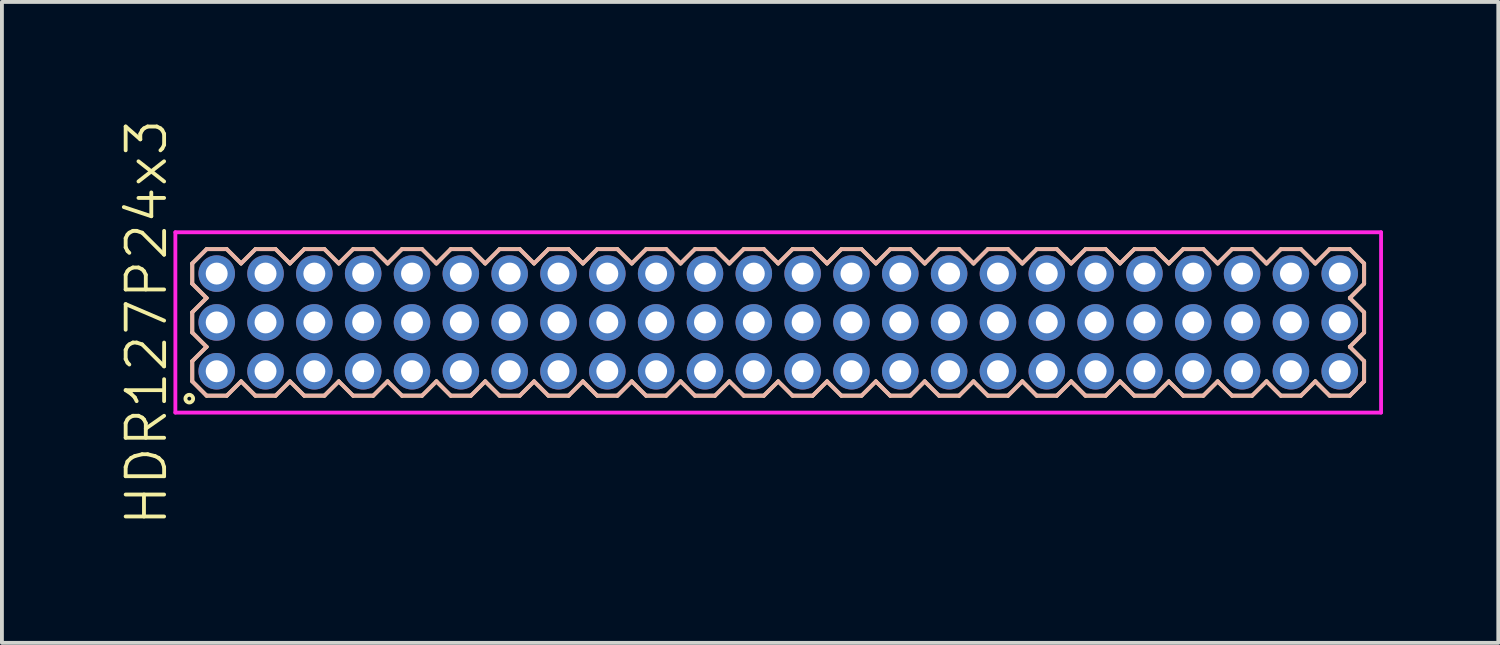
<source format=kicad_pcb>
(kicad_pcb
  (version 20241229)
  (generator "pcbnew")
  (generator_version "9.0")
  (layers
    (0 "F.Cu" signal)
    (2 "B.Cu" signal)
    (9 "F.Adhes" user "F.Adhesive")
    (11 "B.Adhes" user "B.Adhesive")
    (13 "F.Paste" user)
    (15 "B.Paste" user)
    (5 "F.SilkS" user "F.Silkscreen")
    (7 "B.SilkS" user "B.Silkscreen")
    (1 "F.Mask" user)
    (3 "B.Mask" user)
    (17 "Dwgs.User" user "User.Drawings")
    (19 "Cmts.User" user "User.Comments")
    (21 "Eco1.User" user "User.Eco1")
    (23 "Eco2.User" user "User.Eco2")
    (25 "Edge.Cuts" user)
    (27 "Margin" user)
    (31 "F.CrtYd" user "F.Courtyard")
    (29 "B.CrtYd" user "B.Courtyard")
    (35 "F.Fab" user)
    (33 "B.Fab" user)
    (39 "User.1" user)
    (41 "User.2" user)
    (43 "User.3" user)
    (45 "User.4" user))
  (footprint "HDR127P24x3"
    (layer "F.Cu")
    (at 17.191 5.336)
    (property "Reference" "HDR127P24x3" (at -16.43 0 90) (layer "F.SilkS") (effects (font (size 1 1) (thickness 0.1))))
    (attr through_hole)
    (fp_line (start -15.24 -1.533) (end -14.868 -1.905) (stroke (width 0.1) (type solid)) (layer "F.SilkS"))
    (fp_line (start -15.24 -1.007) (end -15.24 -1.533) (stroke (width 0.1) (type solid)) (layer "F.SilkS"))
    (fp_line (start -15.24 -0.263) (end -14.868 -0.635) (stroke (width 0.1) (type solid)) (layer "F.SilkS"))
    (fp_line (start -15.24 0.263) (end -15.24 -0.263) (stroke (width 0.1) (type solid)) (layer "F.SilkS"))
    (fp_line (start -15.24 1.007) (end -14.868 0.635) (stroke (width 0.1) (type solid)) (layer "F.SilkS"))
    (fp_line (start -15.24 1.533) (end -15.24 1.007) (stroke (width 0.1) (type solid)) (layer "F.SilkS"))
    (fp_line (start -14.868 -1.905) (end -14.342 -1.905) (stroke (width 0.1) (type solid)) (layer "F.SilkS"))
    (fp_line (start -14.868 -0.635) (end -15.24 -1.007) (stroke (width 0.1) (type solid)) (layer "F.SilkS"))
    (fp_line (start -14.868 0.635) (end -15.24 0.263) (stroke (width 0.1) (type solid)) (layer "F.SilkS"))
    (fp_line (start -14.868 1.905) (end -15.24 1.533) (stroke (width 0.1) (type solid)) (layer "F.SilkS"))
    (fp_line (start -14.342 -1.905) (end -13.97 -1.533) (stroke (width 0.1) (type solid)) (layer "F.SilkS"))
    (fp_line (start -14.342 1.905) (end -14.868 1.905) (stroke (width 0.1) (type solid)) (layer "F.SilkS"))
    (fp_line (start -13.97 -1.533) (end -13.598 -1.905) (stroke (width 0.1) (type solid)) (layer "F.SilkS"))
    (fp_line (start -13.97 1.533) (end -14.342 1.905) (stroke (width 0.1) (type solid)) (layer "F.SilkS"))
    (fp_line (start -13.598 -1.905) (end -13.072 -1.905) (stroke (width 0.1) (type solid)) (layer "F.SilkS"))
    (fp_line (start -13.598 1.905) (end -13.97 1.533) (stroke (width 0.1) (type solid)) (layer "F.SilkS"))
    (fp_line (start -13.072 -1.905) (end -12.7 -1.533) (stroke (width 0.1) (type solid)) (layer "F.SilkS"))
    (fp_line (start -13.072 1.905) (end -13.598 1.905) (stroke (width 0.1) (type solid)) (layer "F.SilkS"))
    (fp_line (start -12.7 -1.533) (end -12.328 -1.905) (stroke (width 0.1) (type solid)) (layer "F.SilkS"))
    (fp_line (start -12.7 1.533) (end -13.072 1.905) (stroke (width 0.1) (type solid)) (layer "F.SilkS"))
    (fp_line (start -12.328 -1.905) (end -11.802 -1.905) (stroke (width 0.1) (type solid)) (layer "F.SilkS"))
    (fp_line (start -12.328 1.905) (end -12.7 1.533) (stroke (width 0.1) (type solid)) (layer "F.SilkS"))
    (fp_line (start -11.802 -1.905) (end -11.43 -1.533) (stroke (width 0.1) (type solid)) (layer "F.SilkS"))
    (fp_line (start -11.802 1.905) (end -12.328 1.905) (stroke (width 0.1) (type solid)) (layer "F.SilkS"))
    (fp_line (start -11.43 -1.533) (end -11.058 -1.905) (stroke (width 0.1) (type solid)) (layer "F.SilkS"))
    (fp_line (start -11.43 1.533) (end -11.802 1.905) (stroke (width 0.1) (type solid)) (layer "F.SilkS"))
    (fp_line (start -11.058 -1.905) (end -10.532 -1.905) (stroke (width 0.1) (type solid)) (layer "F.SilkS"))
    (fp_line (start -11.058 1.905) (end -11.43 1.533) (stroke (width 0.1) (type solid)) (layer "F.SilkS"))
    (fp_line (start -10.532 -1.905) (end -10.16 -1.533) (stroke (width 0.1) (type solid)) (layer "F.SilkS"))
    (fp_line (start -10.532 1.905) (end -11.058 1.905) (stroke (width 0.1) (type solid)) (layer "F.SilkS"))
    (fp_line (start -10.16 -1.533) (end -9.788 -1.905) (stroke (width 0.1) (type solid)) (layer "F.SilkS"))
    (fp_line (start -10.16 1.533) (end -10.532 1.905) (stroke (width 0.1) (type solid)) (layer "F.SilkS"))
    (fp_line (start -9.788 -1.905) (end -9.262 -1.905) (stroke (width 0.1) (type solid)) (layer "F.SilkS"))
    (fp_line (start -9.788 1.905) (end -10.16 1.533) (stroke (width 0.1) (type solid)) (layer "F.SilkS"))
    (fp_line (start -9.262 -1.905) (end -8.89 -1.533) (stroke (width 0.1) (type solid)) (layer "F.SilkS"))
    (fp_line (start -9.262 1.905) (end -9.788 1.905) (stroke (width 0.1) (type solid)) (layer "F.SilkS"))
    (fp_line (start -8.89 -1.533) (end -8.518 -1.905) (stroke (width 0.1) (type solid)) (layer "F.SilkS"))
    (fp_line (start -8.89 1.533) (end -9.262 1.905) (stroke (width 0.1) (type solid)) (layer "F.SilkS"))
    (fp_line (start -8.518 -1.905) (end -7.992 -1.905) (stroke (width 0.1) (type solid)) (layer "F.SilkS"))
    (fp_line (start -8.518 1.905) (end -8.89 1.533) (stroke (width 0.1) (type solid)) (layer "F.SilkS"))
    (fp_line (start -7.992 -1.905) (end -7.62 -1.533) (stroke (width 0.1) (type solid)) (layer "F.SilkS"))
    (fp_line (start -7.992 1.905) (end -8.518 1.905) (stroke (width 0.1) (type solid)) (layer "F.SilkS"))
    (fp_line (start -7.62 -1.533) (end -7.248 -1.905) (stroke (width 0.1) (type solid)) (layer "F.SilkS"))
    (fp_line (start -7.62 1.533) (end -7.992 1.905) (stroke (width 0.1) (type solid)) (layer "F.SilkS"))
    (fp_line (start -7.248 -1.905) (end -6.722 -1.905) (stroke (width 0.1) (type solid)) (layer "F.SilkS"))
    (fp_line (start -7.248 1.905) (end -7.62 1.533) (stroke (width 0.1) (type solid)) (layer "F.SilkS"))
    (fp_line (start -6.722 -1.905) (end -6.35 -1.533) (stroke (width 0.1) (type solid)) (layer "F.SilkS"))
    (fp_line (start -6.722 1.905) (end -7.248 1.905) (stroke (width 0.1) (type solid)) (layer "F.SilkS"))
    (fp_line (start -6.35 -1.533) (end -5.978 -1.905) (stroke (width 0.1) (type solid)) (layer "F.SilkS"))
    (fp_line (start -6.35 1.533) (end -6.722 1.905) (stroke (width 0.1) (type solid)) (layer "F.SilkS"))
    (fp_line (start -5.978 -1.905) (end -5.452 -1.905) (stroke (width 0.1) (type solid)) (layer "F.SilkS"))
    (fp_line (start -5.978 1.905) (end -6.35 1.533) (stroke (width 0.1) (type solid)) (layer "F.SilkS"))
    (fp_line (start -5.452 -1.905) (end -5.08 -1.533) (stroke (width 0.1) (type solid)) (layer "F.SilkS"))
    (fp_line (start -5.452 1.905) (end -5.978 1.905) (stroke (width 0.1) (type solid)) (layer "F.SilkS"))
    (fp_line (start -5.08 -1.533) (end -4.708 -1.905) (stroke (width 0.1) (type solid)) (layer "F.SilkS"))
    (fp_line (start -5.08 1.533) (end -5.452 1.905) (stroke (width 0.1) (type solid)) (layer "F.SilkS"))
    (fp_line (start -4.708 -1.905) (end -4.182 -1.905) (stroke (width 0.1) (type solid)) (layer "F.SilkS"))
    (fp_line (start -4.708 1.905) (end -5.08 1.533) (stroke (width 0.1) (type solid)) (layer "F.SilkS"))
    (fp_line (start -4.182 -1.905) (end -3.81 -1.533) (stroke (width 0.1) (type solid)) (layer "F.SilkS"))
    (fp_line (start -4.182 1.905) (end -4.708 1.905) (stroke (width 0.1) (type solid)) (layer "F.SilkS"))
    (fp_line (start -3.81 -1.533) (end -3.438 -1.905) (stroke (width 0.1) (type solid)) (layer "F.SilkS"))
    (fp_line (start -3.81 1.533) (end -4.182 1.905) (stroke (width 0.1) (type solid)) (layer "F.SilkS"))
    (fp_line (start -3.438 -1.905) (end -2.912 -1.905) (stroke (width 0.1) (type solid)) (layer "F.SilkS"))
    (fp_line (start -3.438 1.905) (end -3.81 1.533) (stroke (width 0.1) (type solid)) (layer "F.SilkS"))
    (fp_line (start -2.912 -1.905) (end -2.54 -1.533) (stroke (width 0.1) (type solid)) (layer "F.SilkS"))
    (fp_line (start -2.912 1.905) (end -3.438 1.905) (stroke (width 0.1) (type solid)) (layer "F.SilkS"))
    (fp_line (start -2.54 -1.533) (end -2.168 -1.905) (stroke (width 0.1) (type solid)) (layer "F.SilkS"))
    (fp_line (start -2.54 1.533) (end -2.912 1.905) (stroke (width 0.1) (type solid)) (layer "F.SilkS"))
    (fp_line (start -2.168 -1.905) (end -1.642 -1.905) (stroke (width 0.1) (type solid)) (layer "F.SilkS"))
    (fp_line (start -2.168 1.905) (end -2.54 1.533) (stroke (width 0.1) (type solid)) (layer "F.SilkS"))
    (fp_line (start -1.642 -1.905) (end -1.27 -1.533) (stroke (width 0.1) (type solid)) (layer "F.SilkS"))
    (fp_line (start -1.642 1.905) (end -2.168 1.905) (stroke (width 0.1) (type solid)) (layer "F.SilkS"))
    (fp_line (start -1.27 -1.533) (end -0.898 -1.905) (stroke (width 0.1) (type solid)) (layer "F.SilkS"))
    (fp_line (start -1.27 1.533) (end -1.642 1.905) (stroke (width 0.1) (type solid)) (layer "F.SilkS"))
    (fp_line (start -0.898 -1.905) (end -0.372 -1.905) (stroke (width 0.1) (type solid)) (layer "F.SilkS"))
    (fp_line (start -0.898 1.905) (end -1.27 1.533) (stroke (width 0.1) (type solid)) (layer "F.SilkS"))
    (fp_line (start -0.372 -1.905) (end 0 -1.533) (stroke (width 0.1) (type solid)) (layer "F.SilkS"))
    (fp_line (start -0.372 1.905) (end -0.898 1.905) (stroke (width 0.1) (type solid)) (layer "F.SilkS"))
    (fp_line (start 0 -1.533) (end 0.372 -1.905) (stroke (width 0.1) (type solid)) (layer "F.SilkS"))
    (fp_line (start 0 1.533) (end -0.372 1.905) (stroke (width 0.1) (type solid)) (layer "F.SilkS"))
    (fp_line (start 0.372 -1.905) (end 0.898 -1.905) (stroke (width 0.1) (type solid)) (layer "F.SilkS"))
    (fp_line (start 0.372 1.905) (end 0 1.533) (stroke (width 0.1) (type solid)) (layer "F.SilkS"))
    (fp_line (start 0.898 -1.905) (end 1.27 -1.533) (stroke (width 0.1) (type solid)) (layer "F.SilkS"))
    (fp_line (start 0.898 1.905) (end 0.372 1.905) (stroke (width 0.1) (type solid)) (layer "F.SilkS"))
    (fp_line (start 1.27 -1.533) (end 1.642 -1.905) (stroke (width 0.1) (type solid)) (layer "F.SilkS"))
    (fp_line (start 1.27 1.533) (end 0.898 1.905) (stroke (width 0.1) (type solid)) (layer "F.SilkS"))
    (fp_line (start 1.642 -1.905) (end 2.168 -1.905) (stroke (width 0.1) (type solid)) (layer "F.SilkS"))
    (fp_line (start 1.642 1.905) (end 1.27 1.533) (stroke (width 0.1) (type solid)) (layer "F.SilkS"))
    (fp_line (start 2.168 -1.905) (end 2.54 -1.533) (stroke (width 0.1) (type solid)) (layer "F.SilkS"))
    (fp_line (start 2.168 1.905) (end 1.642 1.905) (stroke (width 0.1) (type solid)) (layer "F.SilkS"))
    (fp_line (start 2.54 -1.533) (end 2.912 -1.905) (stroke (width 0.1) (type solid)) (layer "F.SilkS"))
    (fp_line (start 2.54 1.533) (end 2.168 1.905) (stroke (width 0.1) (type solid)) (layer "F.SilkS"))
    (fp_line (start 2.912 -1.905) (end 3.438 -1.905) (stroke (width 0.1) (type solid)) (layer "F.SilkS"))
    (fp_line (start 2.912 1.905) (end 2.54 1.533) (stroke (width 0.1) (type solid)) (layer "F.SilkS"))
    (fp_line (start 3.438 -1.905) (end 3.81 -1.533) (stroke (width 0.1) (type solid)) (layer "F.SilkS"))
    (fp_line (start 3.438 1.905) (end 2.912 1.905) (stroke (width 0.1) (type solid)) (layer "F.SilkS"))
    (fp_line (start 3.81 -1.533) (end 4.182 -1.905) (stroke (width 0.1) (type solid)) (layer "F.SilkS"))
    (fp_line (start 3.81 1.533) (end 3.438 1.905) (stroke (width 0.1) (type solid)) (layer "F.SilkS"))
    (fp_line (start 4.182 -1.905) (end 4.708 -1.905) (stroke (width 0.1) (type solid)) (layer "F.SilkS"))
    (fp_line (start 4.182 1.905) (end 3.81 1.533) (stroke (width 0.1) (type solid)) (layer "F.SilkS"))
    (fp_line (start 4.708 -1.905) (end 5.08 -1.533) (stroke (width 0.1) (type solid)) (layer "F.SilkS"))
    (fp_line (start 4.708 1.905) (end 4.182 1.905) (stroke (width 0.1) (type solid)) (layer "F.SilkS"))
    (fp_line (start 5.08 -1.533) (end 5.452 -1.905) (stroke (width 0.1) (type solid)) (layer "F.SilkS"))
    (fp_line (start 5.08 1.533) (end 4.708 1.905) (stroke (width 0.1) (type solid)) (layer "F.SilkS"))
    (fp_line (start 5.452 -1.905) (end 5.978 -1.905) (stroke (width 0.1) (type solid)) (layer "F.SilkS"))
    (fp_line (start 5.452 1.905) (end 5.08 1.533) (stroke (width 0.1) (type solid)) (layer "F.SilkS"))
    (fp_line (start 5.978 -1.905) (end 6.35 -1.533) (stroke (width 0.1) (type solid)) (layer "F.SilkS"))
    (fp_line (start 5.978 1.905) (end 5.452 1.905) (stroke (width 0.1) (type solid)) (layer "F.SilkS"))
    (fp_line (start 6.35 -1.533) (end 6.722 -1.905) (stroke (width 0.1) (type solid)) (layer "F.SilkS"))
    (fp_line (start 6.35 1.533) (end 5.978 1.905) (stroke (width 0.1) (type solid)) (layer "F.SilkS"))
    (fp_line (start 6.722 -1.905) (end 7.248 -1.905) (stroke (width 0.1) (type solid)) (layer "F.SilkS"))
    (fp_line (start 6.722 1.905) (end 6.35 1.533) (stroke (width 0.1) (type solid)) (layer "F.SilkS"))
    (fp_line (start 7.248 -1.905) (end 7.62 -1.533) (stroke (width 0.1) (type solid)) (layer "F.SilkS"))
    (fp_line (start 7.248 1.905) (end 6.722 1.905) (stroke (width 0.1) (type solid)) (layer "F.SilkS"))
    (fp_line (start 7.62 -1.533) (end 7.992 -1.905) (stroke (width 0.1) (type solid)) (layer "F.SilkS"))
    (fp_line (start 7.62 1.533) (end 7.248 1.905) (stroke (width 0.1) (type solid)) (layer "F.SilkS"))
    (fp_line (start 7.992 -1.905) (end 8.518 -1.905) (stroke (width 0.1) (type solid)) (layer "F.SilkS"))
    (fp_line (start 7.992 1.905) (end 7.62 1.533) (stroke (width 0.1) (type solid)) (layer "F.SilkS"))
    (fp_line (start 8.518 -1.905) (end 8.89 -1.533) (stroke (width 0.1) (type solid)) (layer "F.SilkS"))
    (fp_line (start 8.518 1.905) (end 7.992 1.905) (stroke (width 0.1) (type solid)) (layer "F.SilkS"))
    (fp_line (start 8.89 -1.533) (end 9.262 -1.905) (stroke (width 0.1) (type solid)) (layer "F.SilkS"))
    (fp_line (start 8.89 1.533) (end 8.518 1.905) (stroke (width 0.1) (type solid)) (layer "F.SilkS"))
    (fp_line (start 9.262 -1.905) (end 9.788 -1.905) (stroke (width 0.1) (type solid)) (layer "F.SilkS"))
    (fp_line (start 9.262 1.905) (end 8.89 1.533) (stroke (width 0.1) (type solid)) (layer "F.SilkS"))
    (fp_line (start 9.788 -1.905) (end 10.16 -1.533) (stroke (width 0.1) (type solid)) (layer "F.SilkS"))
    (fp_line (start 9.788 1.905) (end 9.262 1.905) (stroke (width 0.1) (type solid)) (layer "F.SilkS"))
    (fp_line (start 10.16 -1.533) (end 10.532 -1.905) (stroke (width 0.1) (type solid)) (layer "F.SilkS"))
    (fp_line (start 10.16 1.533) (end 9.788 1.905) (stroke (width 0.1) (type solid)) (layer "F.SilkS"))
    (fp_line (start 10.532 -1.905) (end 11.058 -1.905) (stroke (width 0.1) (type solid)) (layer "F.SilkS"))
    (fp_line (start 10.532 1.905) (end 10.16 1.533) (stroke (width 0.1) (type solid)) (layer "F.SilkS"))
    (fp_line (start 11.058 -1.905) (end 11.43 -1.533) (stroke (width 0.1) (type solid)) (layer "F.SilkS"))
    (fp_line (start 11.058 1.905) (end 10.532 1.905) (stroke (width 0.1) (type solid)) (layer "F.SilkS"))
    (fp_line (start 11.43 -1.533) (end 11.802 -1.905) (stroke (width 0.1) (type solid)) (layer "F.SilkS"))
    (fp_line (start 11.43 1.533) (end 11.058 1.905) (stroke (width 0.1) (type solid)) (layer "F.SilkS"))
    (fp_line (start 11.802 -1.905) (end 12.328 -1.905) (stroke (width 0.1) (type solid)) (layer "F.SilkS"))
    (fp_line (start 11.802 1.905) (end 11.43 1.533) (stroke (width 0.1) (type solid)) (layer "F.SilkS"))
    (fp_line (start 12.328 -1.905) (end 12.7 -1.533) (stroke (width 0.1) (type solid)) (layer "F.SilkS"))
    (fp_line (start 12.328 1.905) (end 11.802 1.905) (stroke (width 0.1) (type solid)) (layer "F.SilkS"))
    (fp_line (start 12.7 -1.533) (end 13.072 -1.905) (stroke (width 0.1) (type solid)) (layer "F.SilkS"))
    (fp_line (start 12.7 1.533) (end 12.328 1.905) (stroke (width 0.1) (type solid)) (layer "F.SilkS"))
    (fp_line (start 13.072 -1.905) (end 13.598 -1.905) (stroke (width 0.1) (type solid)) (layer "F.SilkS"))
    (fp_line (start 13.072 1.905) (end 12.7 1.533) (stroke (width 0.1) (type solid)) (layer "F.SilkS"))
    (fp_line (start 13.598 -1.905) (end 13.97 -1.533) (stroke (width 0.1) (type solid)) (layer "F.SilkS"))
    (fp_line (start 13.598 1.905) (end 13.072 1.905) (stroke (width 0.1) (type solid)) (layer "F.SilkS"))
    (fp_line (start 13.97 -1.533) (end 14.342 -1.905) (stroke (width 0.1) (type solid)) (layer "F.SilkS"))
    (fp_line (start 13.97 1.533) (end 13.598 1.905) (stroke (width 0.1) (type solid)) (layer "F.SilkS"))
    (fp_line (start 14.342 -1.905) (end 14.868 -1.905) (stroke (width 0.1) (type solid)) (layer "F.SilkS"))
    (fp_line (start 14.342 1.905) (end 13.97 1.533) (stroke (width 0.1) (type solid)) (layer "F.SilkS"))
    (fp_line (start 14.868 -1.905) (end 15.24 -1.533) (stroke (width 0.1) (type solid)) (layer "F.SilkS"))
    (fp_line (start 14.868 -0.635) (end 15.24 -0.263) (stroke (width 0.1) (type solid)) (layer "F.SilkS"))
    (fp_line (start 14.868 0.635) (end 15.24 1.007) (stroke (width 0.1) (type solid)) (layer "F.SilkS"))
    (fp_line (start 14.868 1.905) (end 14.342 1.905) (stroke (width 0.1) (type solid)) (layer "F.SilkS"))
    (fp_line (start 15.24 -1.533) (end 15.24 -1.007) (stroke (width 0.1) (type solid)) (layer "F.SilkS"))
    (fp_line (start 15.24 -1.007) (end 14.868 -0.635) (stroke (width 0.1) (type solid)) (layer "F.SilkS"))
    (fp_line (start 15.24 -0.263) (end 15.24 0.263) (stroke (width 0.1) (type solid)) (layer "F.SilkS"))
    (fp_line (start 15.24 0.263) (end 14.868 0.635) (stroke (width 0.1) (type solid)) (layer "F.SilkS"))
    (fp_line (start 15.24 1.007) (end 15.24 1.533) (stroke (width 0.1) (type solid)) (layer "F.SilkS"))
    (fp_line (start 15.24 1.533) (end 14.868 1.905) (stroke (width 0.1) (type solid)) (layer "F.SilkS"))
    (fp_circle (center -15.318 1.983) (end -15.218 1.983) (stroke (width 0.1) (type solid)) (fill no) (layer "F.SilkS"))
    (fp_line (start -15.24 -1.533) (end -14.868 -1.905) (stroke (width 0.1) (type solid)) (layer "B.SilkS"))
    (fp_line (start -15.24 -1.007) (end -15.24 -1.533) (stroke (width 0.1) (type solid)) (layer "B.SilkS"))
    (fp_line (start -15.24 -0.263) (end -14.868 -0.635) (stroke (width 0.1) (type solid)) (layer "B.SilkS"))
    (fp_line (start -15.24 0.263) (end -15.24 -0.263) (stroke (width 0.1) (type solid)) (layer "B.SilkS"))
    (fp_line (start -15.24 1.007) (end -14.868 0.635) (stroke (width 0.1) (type solid)) (layer "B.SilkS"))
    (fp_line (start -15.24 1.533) (end -15.24 1.007) (stroke (width 0.1) (type solid)) (layer "B.SilkS"))
    (fp_line (start -14.868 -1.905) (end -14.342 -1.905) (stroke (width 0.1) (type solid)) (layer "B.SilkS"))
    (fp_line (start -14.868 -0.635) (end -15.24 -1.007) (stroke (width 0.1) (type solid)) (layer "B.SilkS"))
    (fp_line (start -14.868 0.635) (end -15.24 0.263) (stroke (width 0.1) (type solid)) (layer "B.SilkS"))
    (fp_line (start -14.868 1.905) (end -15.24 1.533) (stroke (width 0.1) (type solid)) (layer "B.SilkS"))
    (fp_line (start -14.342 -1.905) (end -13.97 -1.533) (stroke (width 0.1) (type solid)) (layer "B.SilkS"))
    (fp_line (start -14.342 1.905) (end -14.868 1.905) (stroke (width 0.1) (type solid)) (layer "B.SilkS"))
    (fp_line (start -13.97 -1.533) (end -13.598 -1.905) (stroke (width 0.1) (type solid)) (layer "B.SilkS"))
    (fp_line (start -13.97 1.533) (end -14.342 1.905) (stroke (width 0.1) (type solid)) (layer "B.SilkS"))
    (fp_line (start -13.598 -1.905) (end -13.072 -1.905) (stroke (width 0.1) (type solid)) (layer "B.SilkS"))
    (fp_line (start -13.598 1.905) (end -13.97 1.533) (stroke (width 0.1) (type solid)) (layer "B.SilkS"))
    (fp_line (start -13.072 -1.905) (end -12.7 -1.533) (stroke (width 0.1) (type solid)) (layer "B.SilkS"))
    (fp_line (start -13.072 1.905) (end -13.598 1.905) (stroke (width 0.1) (type solid)) (layer "B.SilkS"))
    (fp_line (start -12.7 -1.533) (end -12.328 -1.905) (stroke (width 0.1) (type solid)) (layer "B.SilkS"))
    (fp_line (start -12.7 1.533) (end -13.072 1.905) (stroke (width 0.1) (type solid)) (layer "B.SilkS"))
    (fp_line (start -12.328 -1.905) (end -11.802 -1.905) (stroke (width 0.1) (type solid)) (layer "B.SilkS"))
    (fp_line (start -12.328 1.905) (end -12.7 1.533) (stroke (width 0.1) (type solid)) (layer "B.SilkS"))
    (fp_line (start -11.802 -1.905) (end -11.43 -1.533) (stroke (width 0.1) (type solid)) (layer "B.SilkS"))
    (fp_line (start -11.802 1.905) (end -12.328 1.905) (stroke (width 0.1) (type solid)) (layer "B.SilkS"))
    (fp_line (start -11.43 -1.533) (end -11.058 -1.905) (stroke (width 0.1) (type solid)) (layer "B.SilkS"))
    (fp_line (start -11.43 1.533) (end -11.802 1.905) (stroke (width 0.1) (type solid)) (layer "B.SilkS"))
    (fp_line (start -11.058 -1.905) (end -10.532 -1.905) (stroke (width 0.1) (type solid)) (layer "B.SilkS"))
    (fp_line (start -11.058 1.905) (end -11.43 1.533) (stroke (width 0.1) (type solid)) (layer "B.SilkS"))
    (fp_line (start -10.532 -1.905) (end -10.16 -1.533) (stroke (width 0.1) (type solid)) (layer "B.SilkS"))
    (fp_line (start -10.532 1.905) (end -11.058 1.905) (stroke (width 0.1) (type solid)) (layer "B.SilkS"))
    (fp_line (start -10.16 -1.533) (end -9.788 -1.905) (stroke (width 0.1) (type solid)) (layer "B.SilkS"))
    (fp_line (start -10.16 1.533) (end -10.532 1.905) (stroke (width 0.1) (type solid)) (layer "B.SilkS"))
    (fp_line (start -9.788 -1.905) (end -9.262 -1.905) (stroke (width 0.1) (type solid)) (layer "B.SilkS"))
    (fp_line (start -9.788 1.905) (end -10.16 1.533) (stroke (width 0.1) (type solid)) (layer "B.SilkS"))
    (fp_line (start -9.262 -1.905) (end -8.89 -1.533) (stroke (width 0.1) (type solid)) (layer "B.SilkS"))
    (fp_line (start -9.262 1.905) (end -9.788 1.905) (stroke (width 0.1) (type solid)) (layer "B.SilkS"))
    (fp_line (start -8.89 -1.533) (end -8.518 -1.905) (stroke (width 0.1) (type solid)) (layer "B.SilkS"))
    (fp_line (start -8.89 1.533) (end -9.262 1.905) (stroke (width 0.1) (type solid)) (layer "B.SilkS"))
    (fp_line (start -8.518 -1.905) (end -7.992 -1.905) (stroke (width 0.1) (type solid)) (layer "B.SilkS"))
    (fp_line (start -8.518 1.905) (end -8.89 1.533) (stroke (width 0.1) (type solid)) (layer "B.SilkS"))
    (fp_line (start -7.992 -1.905) (end -7.62 -1.533) (stroke (width 0.1) (type solid)) (layer "B.SilkS"))
    (fp_line (start -7.992 1.905) (end -8.518 1.905) (stroke (width 0.1) (type solid)) (layer "B.SilkS"))
    (fp_line (start -7.62 -1.533) (end -7.248 -1.905) (stroke (width 0.1) (type solid)) (layer "B.SilkS"))
    (fp_line (start -7.62 1.533) (end -7.992 1.905) (stroke (width 0.1) (type solid)) (layer "B.SilkS"))
    (fp_line (start -7.248 -1.905) (end -6.722 -1.905) (stroke (width 0.1) (type solid)) (layer "B.SilkS"))
    (fp_line (start -7.248 1.905) (end -7.62 1.533) (stroke (width 0.1) (type solid)) (layer "B.SilkS"))
    (fp_line (start -6.722 -1.905) (end -6.35 -1.533) (stroke (width 0.1) (type solid)) (layer "B.SilkS"))
    (fp_line (start -6.722 1.905) (end -7.248 1.905) (stroke (width 0.1) (type solid)) (layer "B.SilkS"))
    (fp_line (start -6.35 -1.533) (end -5.978 -1.905) (stroke (width 0.1) (type solid)) (layer "B.SilkS"))
    (fp_line (start -6.35 1.533) (end -6.722 1.905) (stroke (width 0.1) (type solid)) (layer "B.SilkS"))
    (fp_line (start -5.978 -1.905) (end -5.452 -1.905) (stroke (width 0.1) (type solid)) (layer "B.SilkS"))
    (fp_line (start -5.978 1.905) (end -6.35 1.533) (stroke (width 0.1) (type solid)) (layer "B.SilkS"))
    (fp_line (start -5.452 -1.905) (end -5.08 -1.533) (stroke (width 0.1) (type solid)) (layer "B.SilkS"))
    (fp_line (start -5.452 1.905) (end -5.978 1.905) (stroke (width 0.1) (type solid)) (layer "B.SilkS"))
    (fp_line (start -5.08 -1.533) (end -4.708 -1.905) (stroke (width 0.1) (type solid)) (layer "B.SilkS"))
    (fp_line (start -5.08 1.533) (end -5.452 1.905) (stroke (width 0.1) (type solid)) (layer "B.SilkS"))
    (fp_line (start -4.708 -1.905) (end -4.182 -1.905) (stroke (width 0.1) (type solid)) (layer "B.SilkS"))
    (fp_line (start -4.708 1.905) (end -5.08 1.533) (stroke (width 0.1) (type solid)) (layer "B.SilkS"))
    (fp_line (start -4.182 -1.905) (end -3.81 -1.533) (stroke (width 0.1) (type solid)) (layer "B.SilkS"))
    (fp_line (start -4.182 1.905) (end -4.708 1.905) (stroke (width 0.1) (type solid)) (layer "B.SilkS"))
    (fp_line (start -3.81 -1.533) (end -3.438 -1.905) (stroke (width 0.1) (type solid)) (layer "B.SilkS"))
    (fp_line (start -3.81 1.533) (end -4.182 1.905) (stroke (width 0.1) (type solid)) (layer "B.SilkS"))
    (fp_line (start -3.438 -1.905) (end -2.912 -1.905) (stroke (width 0.1) (type solid)) (layer "B.SilkS"))
    (fp_line (start -3.438 1.905) (end -3.81 1.533) (stroke (width 0.1) (type solid)) (layer "B.SilkS"))
    (fp_line (start -2.912 -1.905) (end -2.54 -1.533) (stroke (width 0.1) (type solid)) (layer "B.SilkS"))
    (fp_line (start -2.912 1.905) (end -3.438 1.905) (stroke (width 0.1) (type solid)) (layer "B.SilkS"))
    (fp_line (start -2.54 -1.533) (end -2.168 -1.905) (stroke (width 0.1) (type solid)) (layer "B.SilkS"))
    (fp_line (start -2.54 1.533) (end -2.912 1.905) (stroke (width 0.1) (type solid)) (layer "B.SilkS"))
    (fp_line (start -2.168 -1.905) (end -1.642 -1.905) (stroke (width 0.1) (type solid)) (layer "B.SilkS"))
    (fp_line (start -2.168 1.905) (end -2.54 1.533) (stroke (width 0.1) (type solid)) (layer "B.SilkS"))
    (fp_line (start -1.642 -1.905) (end -1.27 -1.533) (stroke (width 0.1) (type solid)) (layer "B.SilkS"))
    (fp_line (start -1.642 1.905) (end -2.168 1.905) (stroke (width 0.1) (type solid)) (layer "B.SilkS"))
    (fp_line (start -1.27 -1.533) (end -0.898 -1.905) (stroke (width 0.1) (type solid)) (layer "B.SilkS"))
    (fp_line (start -1.27 1.533) (end -1.642 1.905) (stroke (width 0.1) (type solid)) (layer "B.SilkS"))
    (fp_line (start -0.898 -1.905) (end -0.372 -1.905) (stroke (width 0.1) (type solid)) (layer "B.SilkS"))
    (fp_line (start -0.898 1.905) (end -1.27 1.533) (stroke (width 0.1) (type solid)) (layer "B.SilkS"))
    (fp_line (start -0.372 -1.905) (end 0 -1.533) (stroke (width 0.1) (type solid)) (layer "B.SilkS"))
    (fp_line (start -0.372 1.905) (end -0.898 1.905) (stroke (width 0.1) (type solid)) (layer "B.SilkS"))
    (fp_line (start 0 -1.533) (end 0.372 -1.905) (stroke (width 0.1) (type solid)) (layer "B.SilkS"))
    (fp_line (start 0 1.533) (end -0.372 1.905) (stroke (width 0.1) (type solid)) (layer "B.SilkS"))
    (fp_line (start 0.372 -1.905) (end 0.898 -1.905) (stroke (width 0.1) (type solid)) (layer "B.SilkS"))
    (fp_line (start 0.372 1.905) (end 0 1.533) (stroke (width 0.1) (type solid)) (layer "B.SilkS"))
    (fp_line (start 0.898 -1.905) (end 1.27 -1.533) (stroke (width 0.1) (type solid)) (layer "B.SilkS"))
    (fp_line (start 0.898 1.905) (end 0.372 1.905) (stroke (width 0.1) (type solid)) (layer "B.SilkS"))
    (fp_line (start 1.27 -1.533) (end 1.642 -1.905) (stroke (width 0.1) (type solid)) (layer "B.SilkS"))
    (fp_line (start 1.27 1.533) (end 0.898 1.905) (stroke (width 0.1) (type solid)) (layer "B.SilkS"))
    (fp_line (start 1.642 -1.905) (end 2.168 -1.905) (stroke (width 0.1) (type solid)) (layer "B.SilkS"))
    (fp_line (start 1.642 1.905) (end 1.27 1.533) (stroke (width 0.1) (type solid)) (layer "B.SilkS"))
    (fp_line (start 2.168 -1.905) (end 2.54 -1.533) (stroke (width 0.1) (type solid)) (layer "B.SilkS"))
    (fp_line (start 2.168 1.905) (end 1.642 1.905) (stroke (width 0.1) (type solid)) (layer "B.SilkS"))
    (fp_line (start 2.54 -1.533) (end 2.912 -1.905) (stroke (width 0.1) (type solid)) (layer "B.SilkS"))
    (fp_line (start 2.54 1.533) (end 2.168 1.905) (stroke (width 0.1) (type solid)) (layer "B.SilkS"))
    (fp_line (start 2.912 -1.905) (end 3.438 -1.905) (stroke (width 0.1) (type solid)) (layer "B.SilkS"))
    (fp_line (start 2.912 1.905) (end 2.54 1.533) (stroke (width 0.1) (type solid)) (layer "B.SilkS"))
    (fp_line (start 3.438 -1.905) (end 3.81 -1.533) (stroke (width 0.1) (type solid)) (layer "B.SilkS"))
    (fp_line (start 3.438 1.905) (end 2.912 1.905) (stroke (width 0.1) (type solid)) (layer "B.SilkS"))
    (fp_line (start 3.81 -1.533) (end 4.182 -1.905) (stroke (width 0.1) (type solid)) (layer "B.SilkS"))
    (fp_line (start 3.81 1.533) (end 3.438 1.905) (stroke (width 0.1) (type solid)) (layer "B.SilkS"))
    (fp_line (start 4.182 -1.905) (end 4.708 -1.905) (stroke (width 0.1) (type solid)) (layer "B.SilkS"))
    (fp_line (start 4.182 1.905) (end 3.81 1.533) (stroke (width 0.1) (type solid)) (layer "B.SilkS"))
    (fp_line (start 4.708 -1.905) (end 5.08 -1.533) (stroke (width 0.1) (type solid)) (layer "B.SilkS"))
    (fp_line (start 4.708 1.905) (end 4.182 1.905) (stroke (width 0.1) (type solid)) (layer "B.SilkS"))
    (fp_line (start 5.08 -1.533) (end 5.452 -1.905) (stroke (width 0.1) (type solid)) (layer "B.SilkS"))
    (fp_line (start 5.08 1.533) (end 4.708 1.905) (stroke (width 0.1) (type solid)) (layer "B.SilkS"))
    (fp_line (start 5.452 -1.905) (end 5.978 -1.905) (stroke (width 0.1) (type solid)) (layer "B.SilkS"))
    (fp_line (start 5.452 1.905) (end 5.08 1.533) (stroke (width 0.1) (type solid)) (layer "B.SilkS"))
    (fp_line (start 5.978 -1.905) (end 6.35 -1.533) (stroke (width 0.1) (type solid)) (layer "B.SilkS"))
    (fp_line (start 5.978 1.905) (end 5.452 1.905) (stroke (width 0.1) (type solid)) (layer "B.SilkS"))
    (fp_line (start 6.35 -1.533) (end 6.722 -1.905) (stroke (width 0.1) (type solid)) (layer "B.SilkS"))
    (fp_line (start 6.35 1.533) (end 5.978 1.905) (stroke (width 0.1) (type solid)) (layer "B.SilkS"))
    (fp_line (start 6.722 -1.905) (end 7.248 -1.905) (stroke (width 0.1) (type solid)) (layer "B.SilkS"))
    (fp_line (start 6.722 1.905) (end 6.35 1.533) (stroke (width 0.1) (type solid)) (layer "B.SilkS"))
    (fp_line (start 7.248 -1.905) (end 7.62 -1.533) (stroke (width 0.1) (type solid)) (layer "B.SilkS"))
    (fp_line (start 7.248 1.905) (end 6.722 1.905) (stroke (width 0.1) (type solid)) (layer "B.SilkS"))
    (fp_line (start 7.62 -1.533) (end 7.992 -1.905) (stroke (width 0.1) (type solid)) (layer "B.SilkS"))
    (fp_line (start 7.62 1.533) (end 7.248 1.905) (stroke (width 0.1) (type solid)) (layer "B.SilkS"))
    (fp_line (start 7.992 -1.905) (end 8.518 -1.905) (stroke (width 0.1) (type solid)) (layer "B.SilkS"))
    (fp_line (start 7.992 1.905) (end 7.62 1.533) (stroke (width 0.1) (type solid)) (layer "B.SilkS"))
    (fp_line (start 8.518 -1.905) (end 8.89 -1.533) (stroke (width 0.1) (type solid)) (layer "B.SilkS"))
    (fp_line (start 8.518 1.905) (end 7.992 1.905) (stroke (width 0.1) (type solid)) (layer "B.SilkS"))
    (fp_line (start 8.89 -1.533) (end 9.262 -1.905) (stroke (width 0.1) (type solid)) (layer "B.SilkS"))
    (fp_line (start 8.89 1.533) (end 8.518 1.905) (stroke (width 0.1) (type solid)) (layer "B.SilkS"))
    (fp_line (start 9.262 -1.905) (end 9.788 -1.905) (stroke (width 0.1) (type solid)) (layer "B.SilkS"))
    (fp_line (start 9.262 1.905) (end 8.89 1.533) (stroke (width 0.1) (type solid)) (layer "B.SilkS"))
    (fp_line (start 9.788 -1.905) (end 10.16 -1.533) (stroke (width 0.1) (type solid)) (layer "B.SilkS"))
    (fp_line (start 9.788 1.905) (end 9.262 1.905) (stroke (width 0.1) (type solid)) (layer "B.SilkS"))
    (fp_line (start 10.16 -1.533) (end 10.532 -1.905) (stroke (width 0.1) (type solid)) (layer "B.SilkS"))
    (fp_line (start 10.16 1.533) (end 9.788 1.905) (stroke (width 0.1) (type solid)) (layer "B.SilkS"))
    (fp_line (start 10.532 -1.905) (end 11.058 -1.905) (stroke (width 0.1) (type solid)) (layer "B.SilkS"))
    (fp_line (start 10.532 1.905) (end 10.16 1.533) (stroke (width 0.1) (type solid)) (layer "B.SilkS"))
    (fp_line (start 11.058 -1.905) (end 11.43 -1.533) (stroke (width 0.1) (type solid)) (layer "B.SilkS"))
    (fp_line (start 11.058 1.905) (end 10.532 1.905) (stroke (width 0.1) (type solid)) (layer "B.SilkS"))
    (fp_line (start 11.43 -1.533) (end 11.802 -1.905) (stroke (width 0.1) (type solid)) (layer "B.SilkS"))
    (fp_line (start 11.43 1.533) (end 11.058 1.905) (stroke (width 0.1) (type solid)) (layer "B.SilkS"))
    (fp_line (start 11.802 -1.905) (end 12.328 -1.905) (stroke (width 0.1) (type solid)) (layer "B.SilkS"))
    (fp_line (start 11.802 1.905) (end 11.43 1.533) (stroke (width 0.1) (type solid)) (layer "B.SilkS"))
    (fp_line (start 12.328 -1.905) (end 12.7 -1.533) (stroke (width 0.1) (type solid)) (layer "B.SilkS"))
    (fp_line (start 12.328 1.905) (end 11.802 1.905) (stroke (width 0.1) (type solid)) (layer "B.SilkS"))
    (fp_line (start 12.7 -1.533) (end 13.072 -1.905) (stroke (width 0.1) (type solid)) (layer "B.SilkS"))
    (fp_line (start 12.7 1.533) (end 12.328 1.905) (stroke (width 0.1) (type solid)) (layer "B.SilkS"))
    (fp_line (start 13.072 -1.905) (end 13.598 -1.905) (stroke (width 0.1) (type solid)) (layer "B.SilkS"))
    (fp_line (start 13.072 1.905) (end 12.7 1.533) (stroke (width 0.1) (type solid)) (layer "B.SilkS"))
    (fp_line (start 13.598 -1.905) (end 13.97 -1.533) (stroke (width 0.1) (type solid)) (layer "B.SilkS"))
    (fp_line (start 13.598 1.905) (end 13.072 1.905) (stroke (width 0.1) (type solid)) (layer "B.SilkS"))
    (fp_line (start 13.97 -1.533) (end 14.342 -1.905) (stroke (width 0.1) (type solid)) (layer "B.SilkS"))
    (fp_line (start 13.97 1.533) (end 13.598 1.905) (stroke (width 0.1) (type solid)) (layer "B.SilkS"))
    (fp_line (start 14.342 -1.905) (end 14.868 -1.905) (stroke (width 0.1) (type solid)) (layer "B.SilkS"))
    (fp_line (start 14.342 1.905) (end 13.97 1.533) (stroke (width 0.1) (type solid)) (layer "B.SilkS"))
    (fp_line (start 14.868 -1.905) (end 15.24 -1.533) (stroke (width 0.1) (type solid)) (layer "B.SilkS"))
    (fp_line (start 14.868 -0.635) (end 15.24 -0.263) (stroke (width 0.1) (type solid)) (layer "B.SilkS"))
    (fp_line (start 14.868 0.635) (end 15.24 1.007) (stroke (width 0.1) (type solid)) (layer "B.SilkS"))
    (fp_line (start 14.868 1.905) (end 14.342 1.905) (stroke (width 0.1) (type solid)) (layer "B.SilkS"))
    (fp_line (start 15.24 -1.533) (end 15.24 -1.007) (stroke (width 0.1) (type solid)) (layer "B.SilkS"))
    (fp_line (start 15.24 -1.007) (end 14.868 -0.635) (stroke (width 0.1) (type solid)) (layer "B.SilkS"))
    (fp_line (start 15.24 -0.263) (end 15.24 0.263) (stroke (width 0.1) (type solid)) (layer "B.SilkS"))
    (fp_line (start 15.24 0.263) (end 14.868 0.635) (stroke (width 0.1) (type solid)) (layer "B.SilkS"))
    (fp_line (start 15.24 1.007) (end 15.24 1.533) (stroke (width 0.1) (type solid)) (layer "B.SilkS"))
    (fp_line (start 15.24 1.533) (end 14.868 1.905) (stroke (width 0.1) (type solid)) (layer "B.SilkS"))
    (fp_line (start -15.68 -2.345) (end -15.68 2.345) (stroke (width 0.1) (type solid)) (layer "F.CrtYd"))
    (fp_line (start -15.68 2.345) (end 15.68 2.345) (stroke (width 0.1) (type solid)) (layer "F.CrtYd"))
    (fp_line (start 15.68 -2.345) (end -15.68 -2.345) (stroke (width 0.1) (type solid)) (layer "F.CrtYd"))
    (fp_line (start 15.68 2.345) (end 15.68 -2.345) (stroke (width 0.1) (type solid)) (layer "F.CrtYd"))
    (pad "1" thru_hole oval (at -14.605 1.27) (size 0.95 0.95) (drill 0.57) (layers "*.Cu" "*.Mask"))
    (pad "2" thru_hole oval (at -14.605 0) (size 0.95 0.95) (drill 0.57) (layers "*.Cu" "*.Mask"))
    (pad "3" thru_hole oval (at -14.605 -1.27) (size 0.95 0.95) (drill 0.57) (layers "*.Cu" "*.Mask"))
    (pad "4" thru_hole oval (at -13.335 1.27) (size 0.95 0.95) (drill 0.57) (layers "*.Cu" "*.Mask"))
    (pad "5" thru_hole oval (at -13.335 0) (size 0.95 0.95) (drill 0.57) (layers "*.Cu" "*.Mask"))
    (pad "6" thru_hole oval (at -13.335 -1.27) (size 0.95 0.95) (drill 0.57) (layers "*.Cu" "*.Mask"))
    (pad "7" thru_hole oval (at -12.065 1.27) (size 0.95 0.95) (drill 0.57) (layers "*.Cu" "*.Mask"))
    (pad "8" thru_hole oval (at -12.065 0) (size 0.95 0.95) (drill 0.57) (layers "*.Cu" "*.Mask"))
    (pad "9" thru_hole oval (at -12.065 -1.27) (size 0.95 0.95) (drill 0.57) (layers "*.Cu" "*.Mask"))
    (pad "10" thru_hole oval (at -10.795 1.27) (size 0.95 0.95) (drill 0.57) (layers "*.Cu" "*.Mask"))
    (pad "11" thru_hole oval (at -10.795 0) (size 0.95 0.95) (drill 0.57) (layers "*.Cu" "*.Mask"))
    (pad "12" thru_hole oval (at -10.795 -1.27) (size 0.95 0.95) (drill 0.57) (layers "*.Cu" "*.Mask"))
    (pad "13" thru_hole oval (at -9.525 1.27) (size 0.95 0.95) (drill 0.57) (layers "*.Cu" "*.Mask"))
    (pad "14" thru_hole oval (at -9.525 0) (size 0.95 0.95) (drill 0.57) (layers "*.Cu" "*.Mask"))
    (pad "15" thru_hole oval (at -9.525 -1.27) (size 0.95 0.95) (drill 0.57) (layers "*.Cu" "*.Mask"))
    (pad "16" thru_hole oval (at -8.255 1.27) (size 0.95 0.95) (drill 0.57) (layers "*.Cu" "*.Mask"))
    (pad "17" thru_hole oval (at -8.255 0) (size 0.95 0.95) (drill 0.57) (layers "*.Cu" "*.Mask"))
    (pad "18" thru_hole oval (at -8.255 -1.27) (size 0.95 0.95) (drill 0.57) (layers "*.Cu" "*.Mask"))
    (pad "19" thru_hole oval (at -6.985 1.27) (size 0.95 0.95) (drill 0.57) (layers "*.Cu" "*.Mask"))
    (pad "20" thru_hole oval (at -6.985 0) (size 0.95 0.95) (drill 0.57) (layers "*.Cu" "*.Mask"))
    (pad "21" thru_hole oval (at -6.985 -1.27) (size 0.95 0.95) (drill 0.57) (layers "*.Cu" "*.Mask"))
    (pad "22" thru_hole oval (at -5.715 1.27) (size 0.95 0.95) (drill 0.57) (layers "*.Cu" "*.Mask"))
    (pad "23" thru_hole oval (at -5.715 0) (size 0.95 0.95) (drill 0.57) (layers "*.Cu" "*.Mask"))
    (pad "24" thru_hole oval (at -5.715 -1.27) (size 0.95 0.95) (drill 0.57) (layers "*.Cu" "*.Mask"))
    (pad "25" thru_hole oval (at -4.445 1.27) (size 0.95 0.95) (drill 0.57) (layers "*.Cu" "*.Mask"))
    (pad "26" thru_hole oval (at -4.445 0) (size 0.95 0.95) (drill 0.57) (layers "*.Cu" "*.Mask"))
    (pad "27" thru_hole oval (at -4.445 -1.27) (size 0.95 0.95) (drill 0.57) (layers "*.Cu" "*.Mask"))
    (pad "28" thru_hole oval (at -3.175 1.27) (size 0.95 0.95) (drill 0.57) (layers "*.Cu" "*.Mask"))
    (pad "29" thru_hole oval (at -3.175 0) (size 0.95 0.95) (drill 0.57) (layers "*.Cu" "*.Mask"))
    (pad "30" thru_hole oval (at -3.175 -1.27) (size 0.95 0.95) (drill 0.57) (layers "*.Cu" "*.Mask"))
    (pad "31" thru_hole oval (at -1.905 1.27) (size 0.95 0.95) (drill 0.57) (layers "*.Cu" "*.Mask"))
    (pad "32" thru_hole oval (at -1.905 0) (size 0.95 0.95) (drill 0.57) (layers "*.Cu" "*.Mask"))
    (pad "33" thru_hole oval (at -1.905 -1.27) (size 0.95 0.95) (drill 0.57) (layers "*.Cu" "*.Mask"))
    (pad "34" thru_hole oval (at -0.635 1.27) (size 0.95 0.95) (drill 0.57) (layers "*.Cu" "*.Mask"))
    (pad "35" thru_hole oval (at -0.635 0) (size 0.95 0.95) (drill 0.57) (layers "*.Cu" "*.Mask"))
    (pad "36" thru_hole oval (at -0.635 -1.27) (size 0.95 0.95) (drill 0.57) (layers "*.Cu" "*.Mask"))
    (pad "37" thru_hole oval (at 0.635 1.27) (size 0.95 0.95) (drill 0.57) (layers "*.Cu" "*.Mask"))
    (pad "38" thru_hole oval (at 0.635 0) (size 0.95 0.95) (drill 0.57) (layers "*.Cu" "*.Mask"))
    (pad "39" thru_hole oval (at 0.635 -1.27) (size 0.95 0.95) (drill 0.57) (layers "*.Cu" "*.Mask"))
    (pad "40" thru_hole oval (at 1.905 1.27) (size 0.95 0.95) (drill 0.57) (layers "*.Cu" "*.Mask"))
    (pad "41" thru_hole oval (at 1.905 0) (size 0.95 0.95) (drill 0.57) (layers "*.Cu" "*.Mask"))
    (pad "42" thru_hole oval (at 1.905 -1.27) (size 0.95 0.95) (drill 0.57) (layers "*.Cu" "*.Mask"))
    (pad "43" thru_hole oval (at 3.175 1.27) (size 0.95 0.95) (drill 0.57) (layers "*.Cu" "*.Mask"))
    (pad "44" thru_hole oval (at 3.175 0) (size 0.95 0.95) (drill 0.57) (layers "*.Cu" "*.Mask"))
    (pad "45" thru_hole oval (at 3.175 -1.27) (size 0.95 0.95) (drill 0.57) (layers "*.Cu" "*.Mask"))
    (pad "46" thru_hole oval (at 4.445 1.27) (size 0.95 0.95) (drill 0.57) (layers "*.Cu" "*.Mask"))
    (pad "47" thru_hole oval (at 4.445 0) (size 0.95 0.95) (drill 0.57) (layers "*.Cu" "*.Mask"))
    (pad "48" thru_hole oval (at 4.445 -1.27) (size 0.95 0.95) (drill 0.57) (layers "*.Cu" "*.Mask"))
    (pad "49" thru_hole oval (at 5.715 1.27) (size 0.95 0.95) (drill 0.57) (layers "*.Cu" "*.Mask"))
    (pad "50" thru_hole oval (at 5.715 0) (size 0.95 0.95) (drill 0.57) (layers "*.Cu" "*.Mask"))
    (pad "51" thru_hole oval (at 5.715 -1.27) (size 0.95 0.95) (drill 0.57) (layers "*.Cu" "*.Mask"))
    (pad "52" thru_hole oval (at 6.985 1.27) (size 0.95 0.95) (drill 0.57) (layers "*.Cu" "*.Mask"))
    (pad "53" thru_hole oval (at 6.985 0) (size 0.95 0.95) (drill 0.57) (layers "*.Cu" "*.Mask"))
    (pad "54" thru_hole oval (at 6.985 -1.27) (size 0.95 0.95) (drill 0.57) (layers "*.Cu" "*.Mask"))
    (pad "55" thru_hole oval (at 8.255 1.27) (size 0.95 0.95) (drill 0.57) (layers "*.Cu" "*.Mask"))
    (pad "56" thru_hole oval (at 8.255 0) (size 0.95 0.95) (drill 0.57) (layers "*.Cu" "*.Mask"))
    (pad "57" thru_hole oval (at 8.255 -1.27) (size 0.95 0.95) (drill 0.57) (layers "*.Cu" "*.Mask"))
    (pad "58" thru_hole oval (at 9.525 1.27) (size 0.95 0.95) (drill 0.57) (layers "*.Cu" "*.Mask"))
    (pad "59" thru_hole oval (at 9.525 0) (size 0.95 0.95) (drill 0.57) (layers "*.Cu" "*.Mask"))
    (pad "60" thru_hole oval (at 9.525 -1.27) (size 0.95 0.95) (drill 0.57) (layers "*.Cu" "*.Mask"))
    (pad "61" thru_hole oval (at 10.795 1.27) (size 0.95 0.95) (drill 0.57) (layers "*.Cu" "*.Mask"))
    (pad "62" thru_hole oval (at 10.795 0) (size 0.95 0.95) (drill 0.57) (layers "*.Cu" "*.Mask"))
    (pad "63" thru_hole oval (at 10.795 -1.27) (size 0.95 0.95) (drill 0.57) (layers "*.Cu" "*.Mask"))
    (pad "64" thru_hole oval (at 12.065 1.27) (size 0.95 0.95) (drill 0.57) (layers "*.Cu" "*.Mask"))
    (pad "65" thru_hole oval (at 12.065 0) (size 0.95 0.95) (drill 0.57) (layers "*.Cu" "*.Mask"))
    (pad "66" thru_hole oval (at 12.065 -1.27) (size 0.95 0.95) (drill 0.57) (layers "*.Cu" "*.Mask"))
    (pad "67" thru_hole oval (at 13.335 1.27) (size 0.95 0.95) (drill 0.57) (layers "*.Cu" "*.Mask"))
    (pad "68" thru_hole oval (at 13.335 0) (size 0.95 0.95) (drill 0.57) (layers "*.Cu" "*.Mask"))
    (pad "69" thru_hole oval (at 13.335 -1.27) (size 0.95 0.95) (drill 0.57) (layers "*.Cu" "*.Mask"))
    (pad "70" thru_hole oval (at 14.605 1.27) (size 0.95 0.95) (drill 0.57) (layers "*.Cu" "*.Mask"))
    (pad "71" thru_hole oval (at 14.605 0) (size 0.95 0.95) (drill 0.57) (layers "*.Cu" "*.Mask"))
    (pad "72" thru_hole oval (at 14.605 -1.27) (size 0.95 0.95) (drill 0.57) (layers "*.Cu" "*.Mask")))
  (gr_rect
    (start -3 -3)
    (end 35.92 13.671)
    (stroke (width 0.1) (type default))
    (fill no)
    (layer "Edge.Cuts")))
</source>
